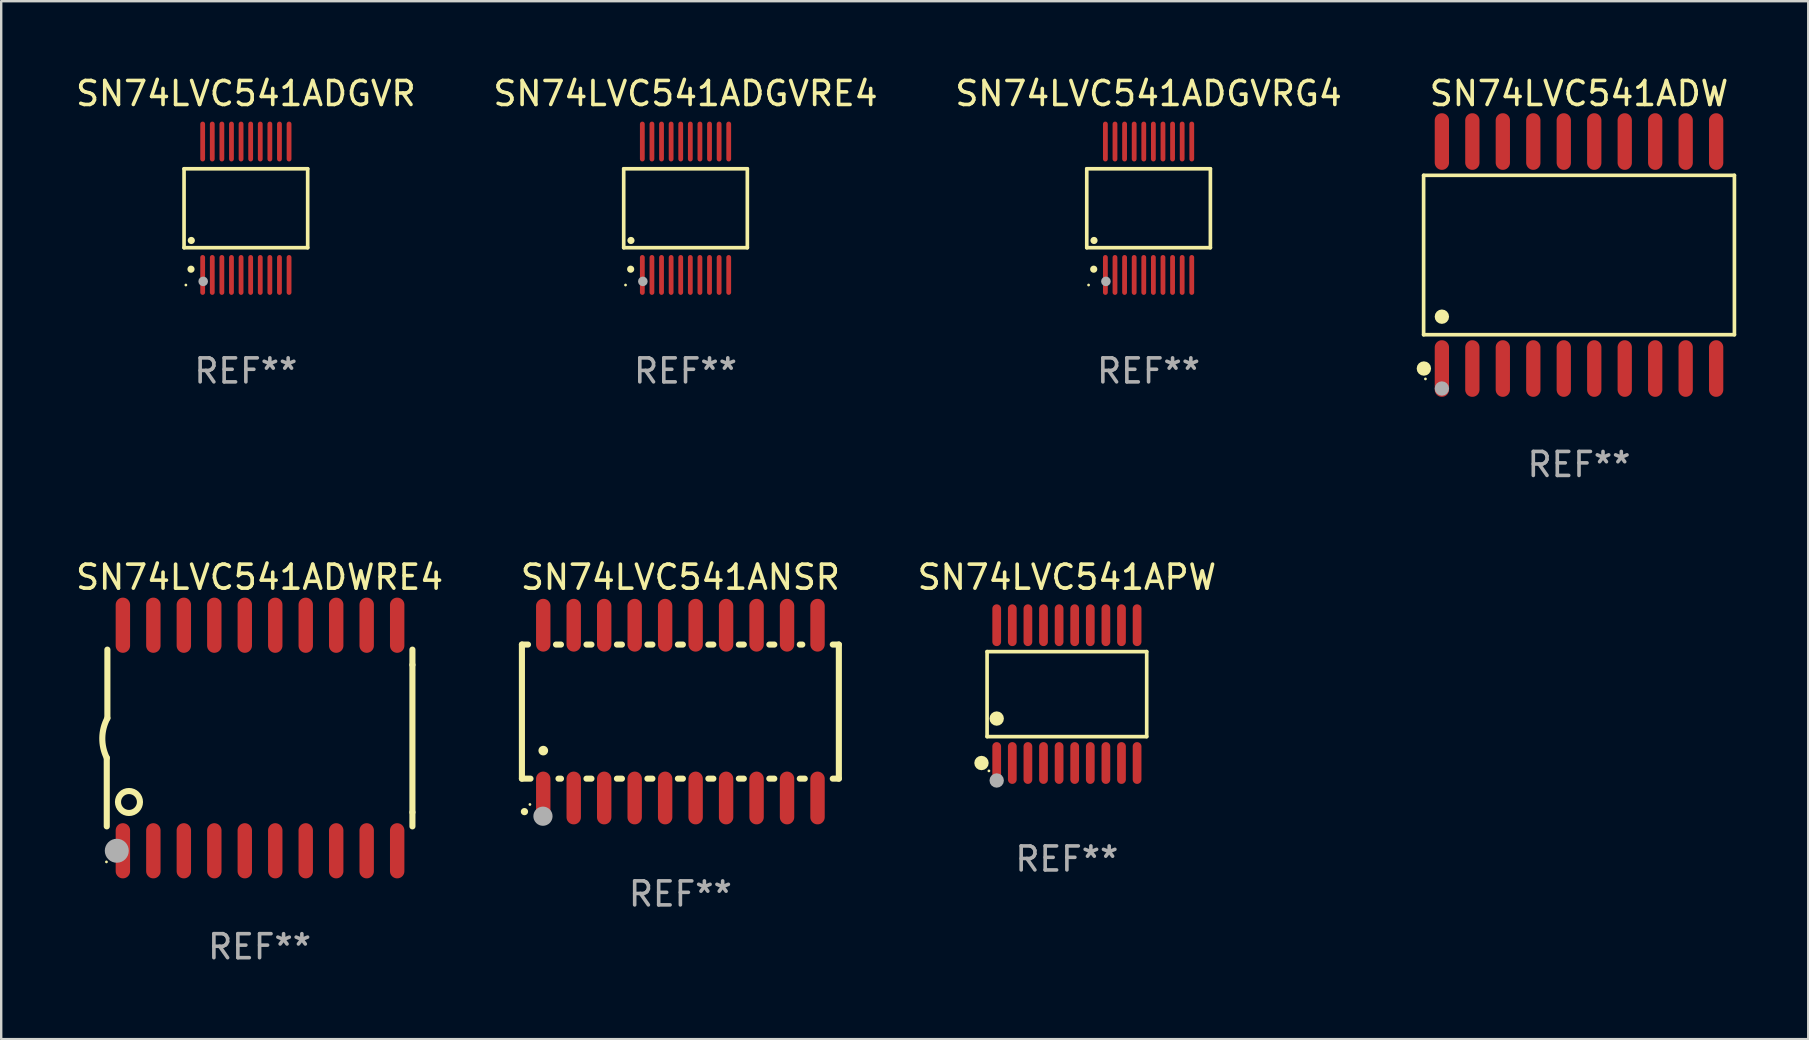
<source format=kicad_pcb>
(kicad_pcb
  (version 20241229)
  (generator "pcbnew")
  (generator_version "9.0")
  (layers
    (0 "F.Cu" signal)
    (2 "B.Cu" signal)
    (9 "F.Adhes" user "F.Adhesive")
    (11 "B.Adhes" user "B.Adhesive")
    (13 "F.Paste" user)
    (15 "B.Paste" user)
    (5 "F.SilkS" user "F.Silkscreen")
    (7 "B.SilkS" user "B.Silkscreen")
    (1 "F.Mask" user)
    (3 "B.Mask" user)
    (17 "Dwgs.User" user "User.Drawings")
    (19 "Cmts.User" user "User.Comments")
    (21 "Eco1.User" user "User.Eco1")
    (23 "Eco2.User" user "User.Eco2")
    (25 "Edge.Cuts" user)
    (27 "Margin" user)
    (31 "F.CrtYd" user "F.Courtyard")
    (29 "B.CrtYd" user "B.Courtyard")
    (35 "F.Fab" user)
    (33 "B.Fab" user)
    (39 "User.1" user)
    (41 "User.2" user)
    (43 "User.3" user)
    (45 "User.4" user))
  (footprint "SN74LVC541ADGVRG4"
    (layer "F.Cu")
    (at 44.815 5.628)
    (property "Reference" "SN74LVC541ADGVRG4" (at 0 -4.78 0) (layer "F.SilkS") (effects (font (size 1 1) (thickness 0.15))))
    (attr through_hole)
    (fp_line (start -2.576 -1.645) (end 2.576 -1.645) (stroke (width 0.152) (type solid)) (layer "F.SilkS"))
    (fp_line (start -2.576 1.645) (end -2.576 -1.645) (stroke (width 0.152) (type solid)) (layer "F.SilkS"))
    (fp_line (start 2.576 -1.645) (end 2.576 1.645) (stroke (width 0.152) (type solid)) (layer "F.SilkS"))
    (fp_line (start 2.576 1.645) (end -2.576 1.645) (stroke (width 0.152) (type solid)) (layer "F.SilkS"))
    (fp_circle (center -2.5 3.2) (end -2.47 3.2) (stroke (width 0.06) (type solid)) (fill no) (layer "F.SilkS"))
    (fp_circle (center -2.286 2.54) (end -2.211 2.54) (stroke (width 0.15) (type solid)) (fill no) (layer "F.SilkS"))
    (fp_circle (center -2.274 1.343) (end -2.199 1.343) (stroke (width 0.15) (type solid)) (fill no) (layer "F.SilkS"))
    (fp_circle (center -1.778 3.048) (end -1.678 3.048) (stroke (width 0.2) (type solid)) (fill no) (layer "F.Fab"))
    (fp_text user "REF**" (at 0 6.78 0) (layer "F.Fab") (effects (font (size 1 1) (thickness 0.15))))
    (pad "1" smd oval (at -1.8 2.78) (size 0.2 1.66) (layers "F.Cu" "F.Mask" "F.Paste"))
    (pad "2" smd oval (at -1.4 2.78) (size 0.2 1.66) (layers "F.Cu" "F.Mask" "F.Paste"))
    (pad "3" smd oval (at -1 2.78) (size 0.2 1.66) (layers "F.Cu" "F.Mask" "F.Paste"))
    (pad "4" smd oval (at -0.6 2.78) (size 0.2 1.66) (layers "F.Cu" "F.Mask" "F.Paste"))
    (pad "5" smd oval (at -0.2 2.78) (size 0.2 1.66) (layers "F.Cu" "F.Mask" "F.Paste"))
    (pad "6" smd oval (at 0.2 2.78) (size 0.2 1.66) (layers "F.Cu" "F.Mask" "F.Paste"))
    (pad "7" smd oval (at 0.6 2.78) (size 0.2 1.66) (layers "F.Cu" "F.Mask" "F.Paste"))
    (pad "8" smd oval (at 1 2.78) (size 0.2 1.66) (layers "F.Cu" "F.Mask" "F.Paste"))
    (pad "9" smd oval (at 1.4 2.78) (size 0.2 1.66) (layers "F.Cu" "F.Mask" "F.Paste"))
    (pad "10" smd oval (at 1.8 2.78) (size 0.2 1.66) (layers "F.Cu" "F.Mask" "F.Paste"))
    (pad "11" smd oval (at 1.8 -2.78) (size 0.2 1.66) (layers "F.Cu" "F.Mask" "F.Paste"))
    (pad "12" smd oval (at 1.4 -2.78) (size 0.2 1.66) (layers "F.Cu" "F.Mask" "F.Paste"))
    (pad "13" smd oval (at 1 -2.78) (size 0.2 1.66) (layers "F.Cu" "F.Mask" "F.Paste"))
    (pad "14" smd oval (at 0.6 -2.78) (size 0.2 1.66) (layers "F.Cu" "F.Mask" "F.Paste"))
    (pad "15" smd oval (at 0.2 -2.78) (size 0.2 1.66) (layers "F.Cu" "F.Mask" "F.Paste"))
    (pad "16" smd oval (at -0.2 -2.78) (size 0.2 1.66) (layers "F.Cu" "F.Mask" "F.Paste"))
    (pad "17" smd oval (at -0.6 -2.78) (size 0.2 1.66) (layers "F.Cu" "F.Mask" "F.Paste"))
    (pad "18" smd oval (at -1 -2.78) (size 0.2 1.66) (layers "F.Cu" "F.Mask" "F.Paste"))
    (pad "19" smd oval (at -1.4 -2.78) (size 0.2 1.66) (layers "F.Cu" "F.Mask" "F.Paste"))
    (pad "20" smd oval (at -1.8 -2.78) (size 0.2 1.66) (layers "F.Cu" "F.Mask" "F.Paste")))
  (footprint "SN74LVC541ANSR"
    (layer "F.Cu")
    (at 25.304 26.605)
    (property "Reference" "SN74LVC541ANSR" (at 0 -5.6 0) (layer "F.SilkS") (effects (font (size 1 1) (thickness 0.15))))
    (attr through_hole)
    (fp_line (start -6.604 -2.794) (end -6.604 2.794) (stroke (width 0.254) (type solid)) (layer "F.SilkS"))
    (fp_line (start -6.604 2.794) (end -6.246 2.794) (stroke (width 0.254) (type solid)) (layer "F.SilkS"))
    (fp_line (start -6.35 -2.794) (end -6.604 -2.794) (stroke (width 0.254) (type solid)) (layer "F.SilkS"))
    (fp_line (start -5.184 -2.794) (end -4.976 -2.794) (stroke (width 0.254) (type solid)) (layer "F.SilkS"))
    (fp_line (start -5.08 2.794) (end -4.976 2.794) (stroke (width 0.254) (type solid)) (layer "F.SilkS"))
    (fp_line (start -3.914 -2.794) (end -3.706 -2.794) (stroke (width 0.254) (type solid)) (layer "F.SilkS"))
    (fp_line (start -3.914 2.794) (end -3.706 2.794) (stroke (width 0.254) (type solid)) (layer "F.SilkS"))
    (fp_line (start -2.644 -2.794) (end -2.436 -2.794) (stroke (width 0.254) (type solid)) (layer "F.SilkS"))
    (fp_line (start -2.644 2.794) (end -2.436 2.794) (stroke (width 0.254) (type solid)) (layer "F.SilkS"))
    (fp_line (start -1.374 -2.794) (end -1.166 -2.794) (stroke (width 0.254) (type solid)) (layer "F.SilkS"))
    (fp_line (start -1.374 2.794) (end -1.166 2.794) (stroke (width 0.254) (type solid)) (layer "F.SilkS"))
    (fp_line (start -0.104 -2.794) (end 0.104 -2.794) (stroke (width 0.254) (type solid)) (layer "F.SilkS"))
    (fp_line (start -0.104 2.794) (end 0.104 2.794) (stroke (width 0.254) (type solid)) (layer "F.SilkS"))
    (fp_line (start 1.166 -2.794) (end 1.374 -2.794) (stroke (width 0.254) (type solid)) (layer "F.SilkS"))
    (fp_line (start 1.166 2.794) (end 1.374 2.794) (stroke (width 0.254) (type solid)) (layer "F.SilkS"))
    (fp_line (start 2.436 -2.794) (end 2.644 -2.794) (stroke (width 0.254) (type solid)) (layer "F.SilkS"))
    (fp_line (start 2.436 2.794) (end 2.644 2.794) (stroke (width 0.254) (type solid)) (layer "F.SilkS"))
    (fp_line (start 3.706 -2.794) (end 3.914 -2.794) (stroke (width 0.254) (type solid)) (layer "F.SilkS"))
    (fp_line (start 3.706 2.794) (end 3.914 2.794) (stroke (width 0.254) (type solid)) (layer "F.SilkS"))
    (fp_line (start 4.976 -2.794) (end 5.08 -2.794) (stroke (width 0.254) (type solid)) (layer "F.SilkS"))
    (fp_line (start 4.976 2.794) (end 5.184 2.794) (stroke (width 0.254) (type solid)) (layer "F.SilkS"))
    (fp_line (start 6.35 -2.794) (end 6.604 -2.794) (stroke (width 0.254) (type solid)) (layer "F.SilkS"))
    (fp_line (start 6.604 -2.794) (end 6.604 2.794) (stroke (width 0.254) (type solid)) (layer "F.SilkS"))
    (fp_line (start 6.604 2.794) (end 6.35 2.794) (stroke (width 0.254) (type solid)) (layer "F.SilkS"))
    (fp_arc (start -6.499619 4.167793) (mid -6.498349 4.167788) (end -6.497079 4.167793) (stroke (width 0.3) (type solid)) (layer "F.SilkS"))
    (fp_arc (start -5.715011 1.625603) (mid -5.713741 1.625599) (end -5.712471 1.625603) (stroke (width 0.4) (type solid)) (layer "F.SilkS"))
    (fp_circle (center -6.27 3.87) (end -6.24 3.87) (stroke (width 0.06) (type solid)) (fill no) (layer "F.SilkS"))
    (fp_circle (center -5.727 4.359) (end -5.527 4.359) (stroke (width 0.4) (type solid)) (fill no) (layer "F.Fab"))
    (fp_text user "REF**" (at 0 7.6 0) (layer "F.Fab") (effects (font (size 1 1) (thickness 0.15))))
    (pad "1" smd oval (at -5.715 3.6) (size 0.6 2.2) (layers "F.Cu" "F.Mask" "F.Paste"))
    (pad "2" smd oval (at -4.445 3.6) (size 0.6 2.2) (layers "F.Cu" "F.Mask" "F.Paste"))
    (pad "3" smd oval (at -3.175 3.6) (size 0.6 2.2) (layers "F.Cu" "F.Mask" "F.Paste"))
    (pad "4" smd oval (at -1.905 3.6) (size 0.6 2.2) (layers "F.Cu" "F.Mask" "F.Paste"))
    (pad "5" smd oval (at -0.635 3.6) (size 0.6 2.2) (layers "F.Cu" "F.Mask" "F.Paste"))
    (pad "6" smd oval (at 0.635 3.6) (size 0.6 2.2) (layers "F.Cu" "F.Mask" "F.Paste"))
    (pad "7" smd oval (at 1.905 3.6) (size 0.6 2.2) (layers "F.Cu" "F.Mask" "F.Paste"))
    (pad "8" smd oval (at 3.175 3.6) (size 0.6 2.2) (layers "F.Cu" "F.Mask" "F.Paste"))
    (pad "9" smd oval (at 4.445 3.6) (size 0.6 2.2) (layers "F.Cu" "F.Mask" "F.Paste"))
    (pad "10" smd oval (at 5.715 3.6) (size 0.6 2.2) (layers "F.Cu" "F.Mask" "F.Paste"))
    (pad "11" smd oval (at 5.715 -3.6 180) (size 0.6 2.2) (layers "F.Cu" "F.Mask" "F.Paste"))
    (pad "12" smd oval (at 4.445 -3.6 180) (size 0.6 2.2) (layers "F.Cu" "F.Mask" "F.Paste"))
    (pad "13" smd oval (at 3.175 -3.6 180) (size 0.6 2.2) (layers "F.Cu" "F.Mask" "F.Paste"))
    (pad "14" smd oval (at 1.905 -3.6 180) (size 0.6 2.2) (layers "F.Cu" "F.Mask" "F.Paste"))
    (pad "15" smd oval (at 0.635 -3.6 180) (size 0.6 2.2) (layers "F.Cu" "F.Mask" "F.Paste"))
    (pad "16" smd oval (at -0.635 -3.6 180) (size 0.6 2.2) (layers "F.Cu" "F.Mask" "F.Paste"))
    (pad "17" smd oval (at -1.905 -3.6 180) (size 0.6 2.2) (layers "F.Cu" "F.Mask" "F.Paste"))
    (pad "18" smd oval (at -3.175 -3.6 180) (size 0.6 2.2) (layers "F.Cu" "F.Mask" "F.Paste"))
    (pad "19" smd oval (at -4.445 -3.6 180) (size 0.6 2.2) (layers "F.Cu" "F.Mask" "F.Paste"))
    (pad "20" smd oval (at -5.715 -3.6 180) (size 0.6 2.2) (layers "F.Cu" "F.Mask" "F.Paste")))
  (footprint "SN74LVC541ADW"
    (layer "F.Cu")
    (at 62.753 7.578)
    (property "Reference" "SN74LVC541ADW" (at 0 -6.73 0) (layer "F.SilkS") (effects (font (size 1 1) (thickness 0.15))))
    (attr through_hole)
    (fp_line (start -6.476 -3.321) (end 6.476 -3.321) (stroke (width 0.152) (type solid)) (layer "F.SilkS"))
    (fp_line (start -6.476 3.321) (end -6.476 -3.321) (stroke (width 0.152) (type solid)) (layer "F.SilkS"))
    (fp_line (start 6.476 -3.321) (end 6.476 3.321) (stroke (width 0.152) (type solid)) (layer "F.SilkS"))
    (fp_line (start 6.476 3.321) (end -6.476 3.321) (stroke (width 0.152) (type solid)) (layer "F.SilkS"))
    (fp_circle (center -6.465 4.73) (end -6.315 4.73) (stroke (width 0.3) (type solid)) (fill no) (layer "F.SilkS"))
    (fp_circle (center -6.4 5.163) (end -6.37 5.163) (stroke (width 0.06) (type solid)) (fill no) (layer "F.SilkS"))
    (fp_circle (center -5.715 2.569) (end -5.565 2.569) (stroke (width 0.3) (type solid)) (fill no) (layer "F.SilkS"))
    (fp_circle (center -5.715 5.563) (end -5.565 5.563) (stroke (width 0.3) (type solid)) (fill no) (layer "F.Fab"))
    (fp_text user "REF**" (at 0 8.73 0) (layer "F.Fab") (effects (font (size 1 1) (thickness 0.15))))
    (pad "1" smd oval (at -5.715 4.73) (size 0.595 2.36) (layers "F.Cu" "F.Mask" "F.Paste"))
    (pad "2" smd oval (at -4.445 4.73) (size 0.595 2.36) (layers "F.Cu" "F.Mask" "F.Paste"))
    (pad "3" smd oval (at -3.175 4.73) (size 0.595 2.36) (layers "F.Cu" "F.Mask" "F.Paste"))
    (pad "4" smd oval (at -1.905 4.73) (size 0.595 2.36) (layers "F.Cu" "F.Mask" "F.Paste"))
    (pad "5" smd oval (at -0.635 4.73) (size 0.595 2.36) (layers "F.Cu" "F.Mask" "F.Paste"))
    (pad "6" smd oval (at 0.635 4.73) (size 0.595 2.36) (layers "F.Cu" "F.Mask" "F.Paste"))
    (pad "7" smd oval (at 1.905 4.73) (size 0.595 2.36) (layers "F.Cu" "F.Mask" "F.Paste"))
    (pad "8" smd oval (at 3.175 4.73) (size 0.595 2.36) (layers "F.Cu" "F.Mask" "F.Paste"))
    (pad "9" smd oval (at 4.445 4.73) (size 0.595 2.36) (layers "F.Cu" "F.Mask" "F.Paste"))
    (pad "10" smd oval (at 5.715 4.73) (size 0.595 2.36) (layers "F.Cu" "F.Mask" "F.Paste"))
    (pad "11" smd oval (at 5.715 -4.73) (size 0.595 2.36) (layers "F.Cu" "F.Mask" "F.Paste"))
    (pad "12" smd oval (at 4.445 -4.73) (size 0.595 2.36) (layers "F.Cu" "F.Mask" "F.Paste"))
    (pad "13" smd oval (at 3.175 -4.73) (size 0.595 2.36) (layers "F.Cu" "F.Mask" "F.Paste"))
    (pad "14" smd oval (at 1.905 -4.73) (size 0.595 2.36) (layers "F.Cu" "F.Mask" "F.Paste"))
    (pad "15" smd oval (at 0.635 -4.73) (size 0.595 2.36) (layers "F.Cu" "F.Mask" "F.Paste"))
    (pad "16" smd oval (at -0.635 -4.73) (size 0.595 2.36) (layers "F.Cu" "F.Mask" "F.Paste"))
    (pad "17" smd oval (at -1.905 -4.73) (size 0.595 2.36) (layers "F.Cu" "F.Mask" "F.Paste"))
    (pad "18" smd oval (at -3.175 -4.73) (size 0.595 2.36) (layers "F.Cu" "F.Mask" "F.Paste"))
    (pad "19" smd oval (at -4.445 -4.73) (size 0.595 2.36) (layers "F.Cu" "F.Mask" "F.Paste"))
    (pad "20" smd oval (at -5.715 -4.73) (size 0.595 2.36) (layers "F.Cu" "F.Mask" "F.Paste")))
  (footprint "SN74LVC541ADWRE4"
    (layer "F.Cu")
    (at 7.768 27.705)
    (property "Reference" "SN74LVC541ADWRE4" (at 0 -6.7 0) (layer "F.SilkS") (effects (font (size 1 1) (thickness 0.15))))
    (attr through_hole)
    (fp_line (start -6.369 0.826) (end -6.369 3.683) (stroke (width 0.254) (type solid)) (layer "F.SilkS"))
    (fp_line (start -6.343 -0.825) (end -6.343 -3.683) (stroke (width 0.254) (type solid)) (layer "F.SilkS"))
    (fp_line (start 6.369 -3.048) (end 6.369 -3.683) (stroke (width 0.254) (type solid)) (layer "F.SilkS"))
    (fp_line (start 6.369 -3.048) (end 6.369 3.096) (stroke (width 0.254) (type solid)) (layer "F.SilkS"))
    (fp_line (start 6.369 3.096) (end 6.369 3.683) (stroke (width 0.254) (type solid)) (layer "F.SilkS"))
    (fp_arc (start -6.36853 0.825552) (mid -6.554743 -0.00301) (end -6.343129 -0.825451) (stroke (width 0.254001) (type solid)) (layer "F.SilkS"))
    (fp_circle (center -6.382 5.163) (end -6.352 5.163) (stroke (width 0.06) (type solid)) (fill no) (layer "F.SilkS"))
    (fp_circle (center -5.443 2.667) (end -4.985 2.667) (stroke (width 0.254) (type solid)) (fill no) (layer "F.SilkS"))
    (fp_circle (center -5.951 4.699) (end -5.701 4.699) (stroke (width 0.5) (type solid)) (fill no) (layer "F.Fab"))
    (fp_text user "REF**" (at 0 8.7 0) (layer "F.Fab") (effects (font (size 1 1) (thickness 0.15))))
    (pad "1" smd oval (at -5.697 4.7 180) (size 0.6 2.3) (layers "F.Cu" "F.Mask" "F.Paste"))
    (pad "2" smd oval (at -4.427 4.7 180) (size 0.6 2.3) (layers "F.Cu" "F.Mask" "F.Paste"))
    (pad "3" smd oval (at -3.157 4.7 180) (size 0.6 2.3) (layers "F.Cu" "F.Mask" "F.Paste"))
    (pad "4" smd oval (at -1.887 4.7 180) (size 0.6 2.3) (layers "F.Cu" "F.Mask" "F.Paste"))
    (pad "5" smd oval (at -0.617 4.7 180) (size 0.6 2.3) (layers "F.Cu" "F.Mask" "F.Paste"))
    (pad "6" smd oval (at 0.653 4.7 180) (size 0.6 2.3) (layers "F.Cu" "F.Mask" "F.Paste"))
    (pad "7" smd oval (at 1.923 4.7 180) (size 0.6 2.3) (layers "F.Cu" "F.Mask" "F.Paste"))
    (pad "8" smd oval (at 3.193 4.7 180) (size 0.6 2.3) (layers "F.Cu" "F.Mask" "F.Paste"))
    (pad "9" smd oval (at 4.463 4.7 180) (size 0.6 2.3) (layers "F.Cu" "F.Mask" "F.Paste"))
    (pad "10" smd oval (at 5.734 4.7 180) (size 0.6 2.3) (layers "F.Cu" "F.Mask" "F.Paste"))
    (pad "11" smd oval (at 5.734 -4.7 180) (size 0.6 2.3) (layers "F.Cu" "F.Mask" "F.Paste"))
    (pad "12" smd oval (at 4.463 -4.7 180) (size 0.6 2.3) (layers "F.Cu" "F.Mask" "F.Paste"))
    (pad "13" smd oval (at 3.193 -4.7 180) (size 0.6 2.3) (layers "F.Cu" "F.Mask" "F.Paste"))
    (pad "14" smd oval (at 1.923 -4.7 180) (size 0.6 2.3) (layers "F.Cu" "F.Mask" "F.Paste"))
    (pad "15" smd oval (at 0.653 -4.7 180) (size 0.6 2.3) (layers "F.Cu" "F.Mask" "F.Paste"))
    (pad "16" smd oval (at -0.617 -4.7 180) (size 0.6 2.3) (layers "F.Cu" "F.Mask" "F.Paste"))
    (pad "17" smd oval (at -1.887 -4.7 180) (size 0.6 2.3) (layers "F.Cu" "F.Mask" "F.Paste"))
    (pad "18" smd oval (at -3.157 -4.7 180) (size 0.6 2.3) (layers "F.Cu" "F.Mask" "F.Paste"))
    (pad "19" smd oval (at -4.427 -4.7 180) (size 0.6 2.3) (layers "F.Cu" "F.Mask" "F.Paste"))
    (pad "20" smd oval (at -5.697 -4.7 180) (size 0.6 2.3) (layers "F.Cu" "F.Mask" "F.Paste")))
  (footprint "SN74LVC541ADGVR"
    (layer "F.Cu")
    (at 7.196 5.628)
    (property "Reference" "SN74LVC541ADGVR" (at 0 -4.78 0) (layer "F.SilkS") (effects (font (size 1 1) (thickness 0.15))))
    (attr through_hole)
    (fp_line (start -2.576 -1.645) (end 2.576 -1.645) (stroke (width 0.152) (type solid)) (layer "F.SilkS"))
    (fp_line (start -2.576 1.645) (end -2.576 -1.645) (stroke (width 0.152) (type solid)) (layer "F.SilkS"))
    (fp_line (start 2.576 -1.645) (end 2.576 1.645) (stroke (width 0.152) (type solid)) (layer "F.SilkS"))
    (fp_line (start 2.576 1.645) (end -2.576 1.645) (stroke (width 0.152) (type solid)) (layer "F.SilkS"))
    (fp_circle (center -2.5 3.2) (end -2.47 3.2) (stroke (width 0.06) (type solid)) (fill no) (layer "F.SilkS"))
    (fp_circle (center -2.286 2.54) (end -2.211 2.54) (stroke (width 0.15) (type solid)) (fill no) (layer "F.SilkS"))
    (fp_circle (center -2.274 1.343) (end -2.199 1.343) (stroke (width 0.15) (type solid)) (fill no) (layer "F.SilkS"))
    (fp_circle (center -1.778 3.048) (end -1.678 3.048) (stroke (width 0.2) (type solid)) (fill no) (layer "F.Fab"))
    (fp_text user "REF**" (at 0 6.78 0) (layer "F.Fab") (effects (font (size 1 1) (thickness 0.15))))
    (pad "1" smd oval (at -1.8 2.78) (size 0.2 1.66) (layers "F.Cu" "F.Mask" "F.Paste"))
    (pad "2" smd oval (at -1.4 2.78) (size 0.2 1.66) (layers "F.Cu" "F.Mask" "F.Paste"))
    (pad "3" smd oval (at -1 2.78) (size 0.2 1.66) (layers "F.Cu" "F.Mask" "F.Paste"))
    (pad "4" smd oval (at -0.6 2.78) (size 0.2 1.66) (layers "F.Cu" "F.Mask" "F.Paste"))
    (pad "5" smd oval (at -0.2 2.78) (size 0.2 1.66) (layers "F.Cu" "F.Mask" "F.Paste"))
    (pad "6" smd oval (at 0.2 2.78) (size 0.2 1.66) (layers "F.Cu" "F.Mask" "F.Paste"))
    (pad "7" smd oval (at 0.6 2.78) (size 0.2 1.66) (layers "F.Cu" "F.Mask" "F.Paste"))
    (pad "8" smd oval (at 1 2.78) (size 0.2 1.66) (layers "F.Cu" "F.Mask" "F.Paste"))
    (pad "9" smd oval (at 1.4 2.78) (size 0.2 1.66) (layers "F.Cu" "F.Mask" "F.Paste"))
    (pad "10" smd oval (at 1.8 2.78) (size 0.2 1.66) (layers "F.Cu" "F.Mask" "F.Paste"))
    (pad "11" smd oval (at 1.8 -2.78) (size 0.2 1.66) (layers "F.Cu" "F.Mask" "F.Paste"))
    (pad "12" smd oval (at 1.4 -2.78) (size 0.2 1.66) (layers "F.Cu" "F.Mask" "F.Paste"))
    (pad "13" smd oval (at 1 -2.78) (size 0.2 1.66) (layers "F.Cu" "F.Mask" "F.Paste"))
    (pad "14" smd oval (at 0.6 -2.78) (size 0.2 1.66) (layers "F.Cu" "F.Mask" "F.Paste"))
    (pad "15" smd oval (at 0.2 -2.78) (size 0.2 1.66) (layers "F.Cu" "F.Mask" "F.Paste"))
    (pad "16" smd oval (at -0.2 -2.78) (size 0.2 1.66) (layers "F.Cu" "F.Mask" "F.Paste"))
    (pad "17" smd oval (at -0.6 -2.78) (size 0.2 1.66) (layers "F.Cu" "F.Mask" "F.Paste"))
    (pad "18" smd oval (at -1 -2.78) (size 0.2 1.66) (layers "F.Cu" "F.Mask" "F.Paste"))
    (pad "19" smd oval (at -1.4 -2.78) (size 0.2 1.66) (layers "F.Cu" "F.Mask" "F.Paste"))
    (pad "20" smd oval (at -1.8 -2.78) (size 0.2 1.66) (layers "F.Cu" "F.Mask" "F.Paste")))
  (footprint "SN74LVC541APW"
    (layer "F.Cu")
    (at 41.411 25.876)
    (property "Reference" "SN74LVC541APW" (at 0 -4.871 0) (layer "F.SilkS") (effects (font (size 1 1) (thickness 0.15))))
    (attr through_hole)
    (fp_line (start -3.326 -1.771) (end 3.326 -1.771) (stroke (width 0.152) (type solid)) (layer "F.SilkS"))
    (fp_line (start -3.326 1.771) (end -3.326 -1.771) (stroke (width 0.152) (type solid)) (layer "F.SilkS"))
    (fp_line (start 3.326 -1.771) (end 3.326 1.771) (stroke (width 0.152) (type solid)) (layer "F.SilkS"))
    (fp_line (start 3.326 1.771) (end -3.326 1.771) (stroke (width 0.152) (type solid)) (layer "F.SilkS"))
    (fp_circle (center -3.559 2.871) (end -3.409 2.871) (stroke (width 0.3) (type solid)) (fill no) (layer "F.SilkS"))
    (fp_circle (center -3.25 3.2) (end -3.22 3.2) (stroke (width 0.06) (type solid)) (fill no) (layer "F.SilkS"))
    (fp_circle (center -2.925 1.019) (end -2.775 1.019) (stroke (width 0.3) (type solid)) (fill no) (layer "F.SilkS"))
    (fp_circle (center -2.925 3.6) (end -2.775 3.6) (stroke (width 0.3) (type solid)) (fill no) (layer "F.Fab"))
    (fp_text user "REF**" (at 0 6.871 0) (layer "F.Fab") (effects (font (size 1 1) (thickness 0.15))))
    (pad "1" smd oval (at -2.925 2.871) (size 0.364 1.742) (layers "F.Cu" "F.Mask" "F.Paste"))
    (pad "2" smd oval (at -2.275 2.871) (size 0.364 1.742) (layers "F.Cu" "F.Mask" "F.Paste"))
    (pad "3" smd oval (at -1.625 2.871) (size 0.364 1.742) (layers "F.Cu" "F.Mask" "F.Paste"))
    (pad "4" smd oval (at -0.975 2.871) (size 0.364 1.742) (layers "F.Cu" "F.Mask" "F.Paste"))
    (pad "5" smd oval (at -0.325 2.871) (size 0.364 1.742) (layers "F.Cu" "F.Mask" "F.Paste"))
    (pad "6" smd oval (at 0.325 2.871) (size 0.364 1.742) (layers "F.Cu" "F.Mask" "F.Paste"))
    (pad "7" smd oval (at 0.975 2.871) (size 0.364 1.742) (layers "F.Cu" "F.Mask" "F.Paste"))
    (pad "8" smd oval (at 1.625 2.871) (size 0.364 1.742) (layers "F.Cu" "F.Mask" "F.Paste"))
    (pad "9" smd oval (at 2.275 2.871) (size 0.364 1.742) (layers "F.Cu" "F.Mask" "F.Paste"))
    (pad "10" smd oval (at 2.925 2.871) (size 0.364 1.742) (layers "F.Cu" "F.Mask" "F.Paste"))
    (pad "11" smd oval (at 2.925 -2.871) (size 0.364 1.742) (layers "F.Cu" "F.Mask" "F.Paste"))
    (pad "12" smd oval (at 2.275 -2.871) (size 0.364 1.742) (layers "F.Cu" "F.Mask" "F.Paste"))
    (pad "13" smd oval (at 1.625 -2.871) (size 0.364 1.742) (layers "F.Cu" "F.Mask" "F.Paste"))
    (pad "14" smd oval (at 0.975 -2.871) (size 0.364 1.742) (layers "F.Cu" "F.Mask" "F.Paste"))
    (pad "15" smd oval (at 0.325 -2.871) (size 0.364 1.742) (layers "F.Cu" "F.Mask" "F.Paste"))
    (pad "16" smd oval (at -0.325 -2.871) (size 0.364 1.742) (layers "F.Cu" "F.Mask" "F.Paste"))
    (pad "17" smd oval (at -0.975 -2.871) (size 0.364 1.742) (layers "F.Cu" "F.Mask" "F.Paste"))
    (pad "18" smd oval (at -1.625 -2.871) (size 0.364 1.742) (layers "F.Cu" "F.Mask" "F.Paste"))
    (pad "19" smd oval (at -2.275 -2.871) (size 0.364 1.742) (layers "F.Cu" "F.Mask" "F.Paste"))
    (pad "20" smd oval (at -2.925 -2.871) (size 0.364 1.742) (layers "F.Cu" "F.Mask" "F.Paste")))
  (footprint "SN74LVC541ADGVRE4"
    (layer "F.Cu")
    (at 25.518 5.628)
    (property "Reference" "SN74LVC541ADGVRE4" (at 0 -4.78 0) (layer "F.SilkS") (effects (font (size 1 1) (thickness 0.15))))
    (attr through_hole)
    (fp_line (start -2.576 -1.645) (end 2.576 -1.645) (stroke (width 0.152) (type solid)) (layer "F.SilkS"))
    (fp_line (start -2.576 1.645) (end -2.576 -1.645) (stroke (width 0.152) (type solid)) (layer "F.SilkS"))
    (fp_line (start 2.576 -1.645) (end 2.576 1.645) (stroke (width 0.152) (type solid)) (layer "F.SilkS"))
    (fp_line (start 2.576 1.645) (end -2.576 1.645) (stroke (width 0.152) (type solid)) (layer "F.SilkS"))
    (fp_circle (center -2.5 3.2) (end -2.47 3.2) (stroke (width 0.06) (type solid)) (fill no) (layer "F.SilkS"))
    (fp_circle (center -2.286 2.54) (end -2.211 2.54) (stroke (width 0.15) (type solid)) (fill no) (layer "F.SilkS"))
    (fp_circle (center -2.274 1.343) (end -2.199 1.343) (stroke (width 0.15) (type solid)) (fill no) (layer "F.SilkS"))
    (fp_circle (center -1.778 3.048) (end -1.678 3.048) (stroke (width 0.2) (type solid)) (fill no) (layer "F.Fab"))
    (fp_text user "REF**" (at 0 6.78 0) (layer "F.Fab") (effects (font (size 1 1) (thickness 0.15))))
    (pad "1" smd oval (at -1.8 2.78) (size 0.2 1.66) (layers "F.Cu" "F.Mask" "F.Paste"))
    (pad "2" smd oval (at -1.4 2.78) (size 0.2 1.66) (layers "F.Cu" "F.Mask" "F.Paste"))
    (pad "3" smd oval (at -1 2.78) (size 0.2 1.66) (layers "F.Cu" "F.Mask" "F.Paste"))
    (pad "4" smd oval (at -0.6 2.78) (size 0.2 1.66) (layers "F.Cu" "F.Mask" "F.Paste"))
    (pad "5" smd oval (at -0.2 2.78) (size 0.2 1.66) (layers "F.Cu" "F.Mask" "F.Paste"))
    (pad "6" smd oval (at 0.2 2.78) (size 0.2 1.66) (layers "F.Cu" "F.Mask" "F.Paste"))
    (pad "7" smd oval (at 0.6 2.78) (size 0.2 1.66) (layers "F.Cu" "F.Mask" "F.Paste"))
    (pad "8" smd oval (at 1 2.78) (size 0.2 1.66) (layers "F.Cu" "F.Mask" "F.Paste"))
    (pad "9" smd oval (at 1.4 2.78) (size 0.2 1.66) (layers "F.Cu" "F.Mask" "F.Paste"))
    (pad "10" smd oval (at 1.8 2.78) (size 0.2 1.66) (layers "F.Cu" "F.Mask" "F.Paste"))
    (pad "11" smd oval (at 1.8 -2.78) (size 0.2 1.66) (layers "F.Cu" "F.Mask" "F.Paste"))
    (pad "12" smd oval (at 1.4 -2.78) (size 0.2 1.66) (layers "F.Cu" "F.Mask" "F.Paste"))
    (pad "13" smd oval (at 1 -2.78) (size 0.2 1.66) (layers "F.Cu" "F.Mask" "F.Paste"))
    (pad "14" smd oval (at 0.6 -2.78) (size 0.2 1.66) (layers "F.Cu" "F.Mask" "F.Paste"))
    (pad "15" smd oval (at 0.2 -2.78) (size 0.2 1.66) (layers "F.Cu" "F.Mask" "F.Paste"))
    (pad "16" smd oval (at -0.2 -2.78) (size 0.2 1.66) (layers "F.Cu" "F.Mask" "F.Paste"))
    (pad "17" smd oval (at -0.6 -2.78) (size 0.2 1.66) (layers "F.Cu" "F.Mask" "F.Paste"))
    (pad "18" smd oval (at -1 -2.78) (size 0.2 1.66) (layers "F.Cu" "F.Mask" "F.Paste"))
    (pad "19" smd oval (at -1.4 -2.78) (size 0.2 1.66) (layers "F.Cu" "F.Mask" "F.Paste"))
    (pad "20" smd oval (at -1.8 -2.78) (size 0.2 1.66) (layers "F.Cu" "F.Mask" "F.Paste")))
  (gr_rect
    (start -3 -3)
    (end 72.305 40.253)
    (stroke (width 0.1) (type default))
    (fill no)
    (layer "Edge.Cuts")))
</source>
